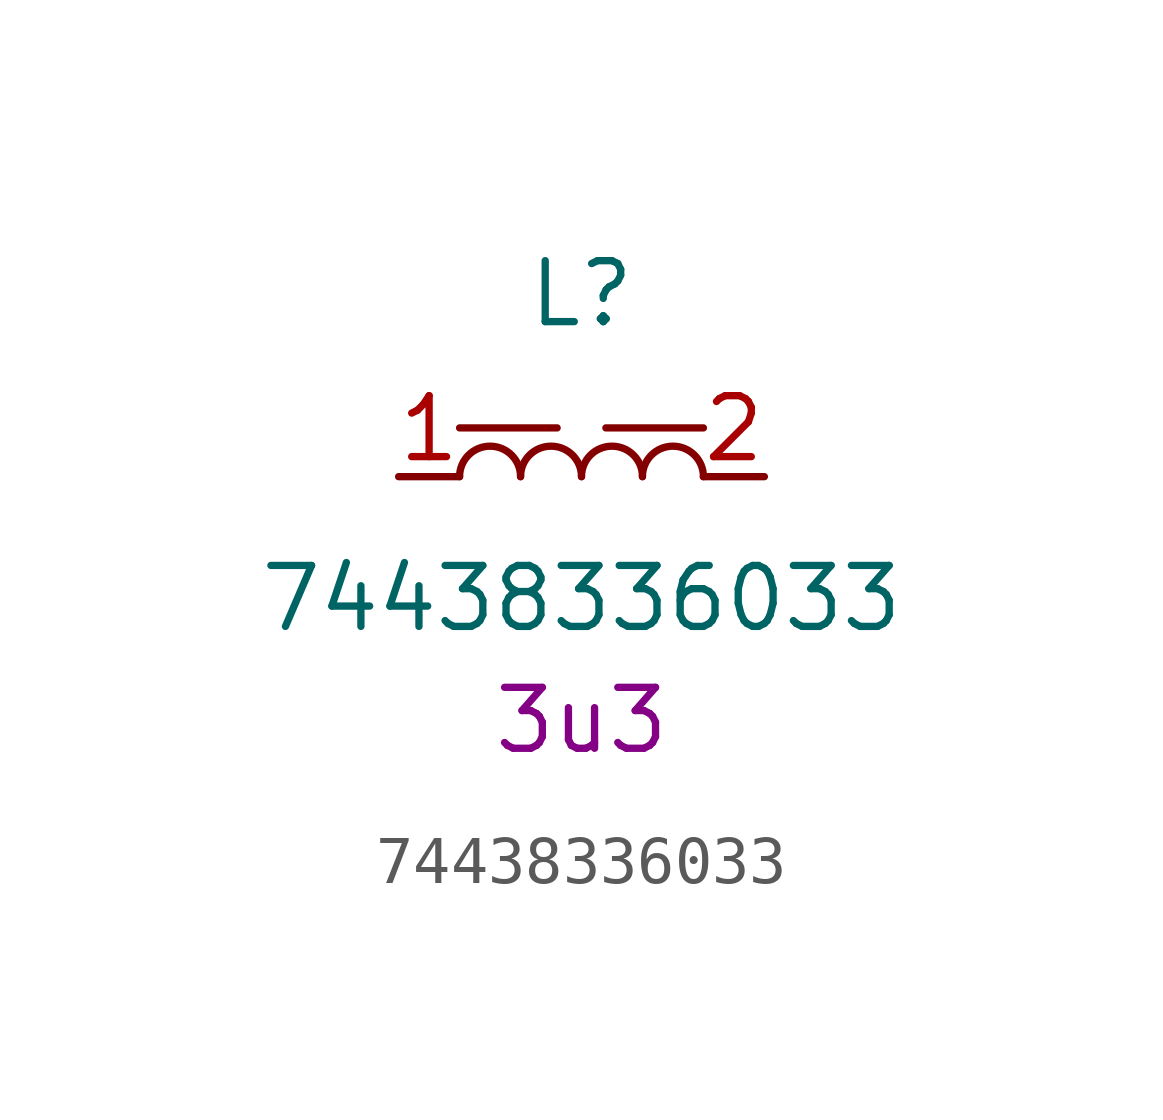
<source format=kicad_sym>
(kicad_symbol_lib
  (version 20241209)
  (generator "kicad_symbol_editor")
  (generator_version "9.0")
  (symbol "74438336033"
    (pin_names
      (hide yes))
    (property "Reference" "L"
      (at 0 3.81 0)
      (effects (font (size 1.27 1.27))))
    (property "Value" "74438336033"
      (at 0 -2.54 0)
      (effects (font (size 1.27 1.27))))
    (property "Critical Parameter" "3u3"
      (at 0 -5.08 0)
      (effects (font (size 1.27 1.27))))
    (symbol "74438336033_0_1"
      (polyline (pts (xy -2.54 1.016) (xy -0.508 1.016)) (stroke (width 0) (type default)) (fill (type none)))
      (arc (start -2.54 0) (mid -1.905 0.6323) (end -1.27 0) (stroke (width 0) (type default)) (fill (type none)))
      (arc (start -1.27 0) (mid -0.635 0.6323) (end 0 0) (stroke (width 0) (type default)) (fill (type none)))
      (arc (start 0 0) (mid 0.635 0.6323) (end 1.27 0) (stroke (width 0) (type default)) (fill (type none)))
      (arc (start 1.27 0) (mid 1.905 0.6323) (end 2.54 0) (stroke (width 0) (type default)) (fill (type none))))
    (symbol "74438336033_1_1"
      (polyline (pts (xy 2.54 1.016) (xy 0.508 1.016)) (stroke (width 0) (type default)) (fill (type none)))
      (pin passive line (at -3.81 0 0) (length 1.27) (name "1" (effects (font (size 1.27 1.27)))) (number "1" (effects (font (size 1.27 1.27)))))
      (pin passive line (at 3.81 0 180) (length 1.27) (name "2" (effects (font (size 1.27 1.27)))) (number "2" (effects (font (size 1.27 1.27))))))))
</source>
